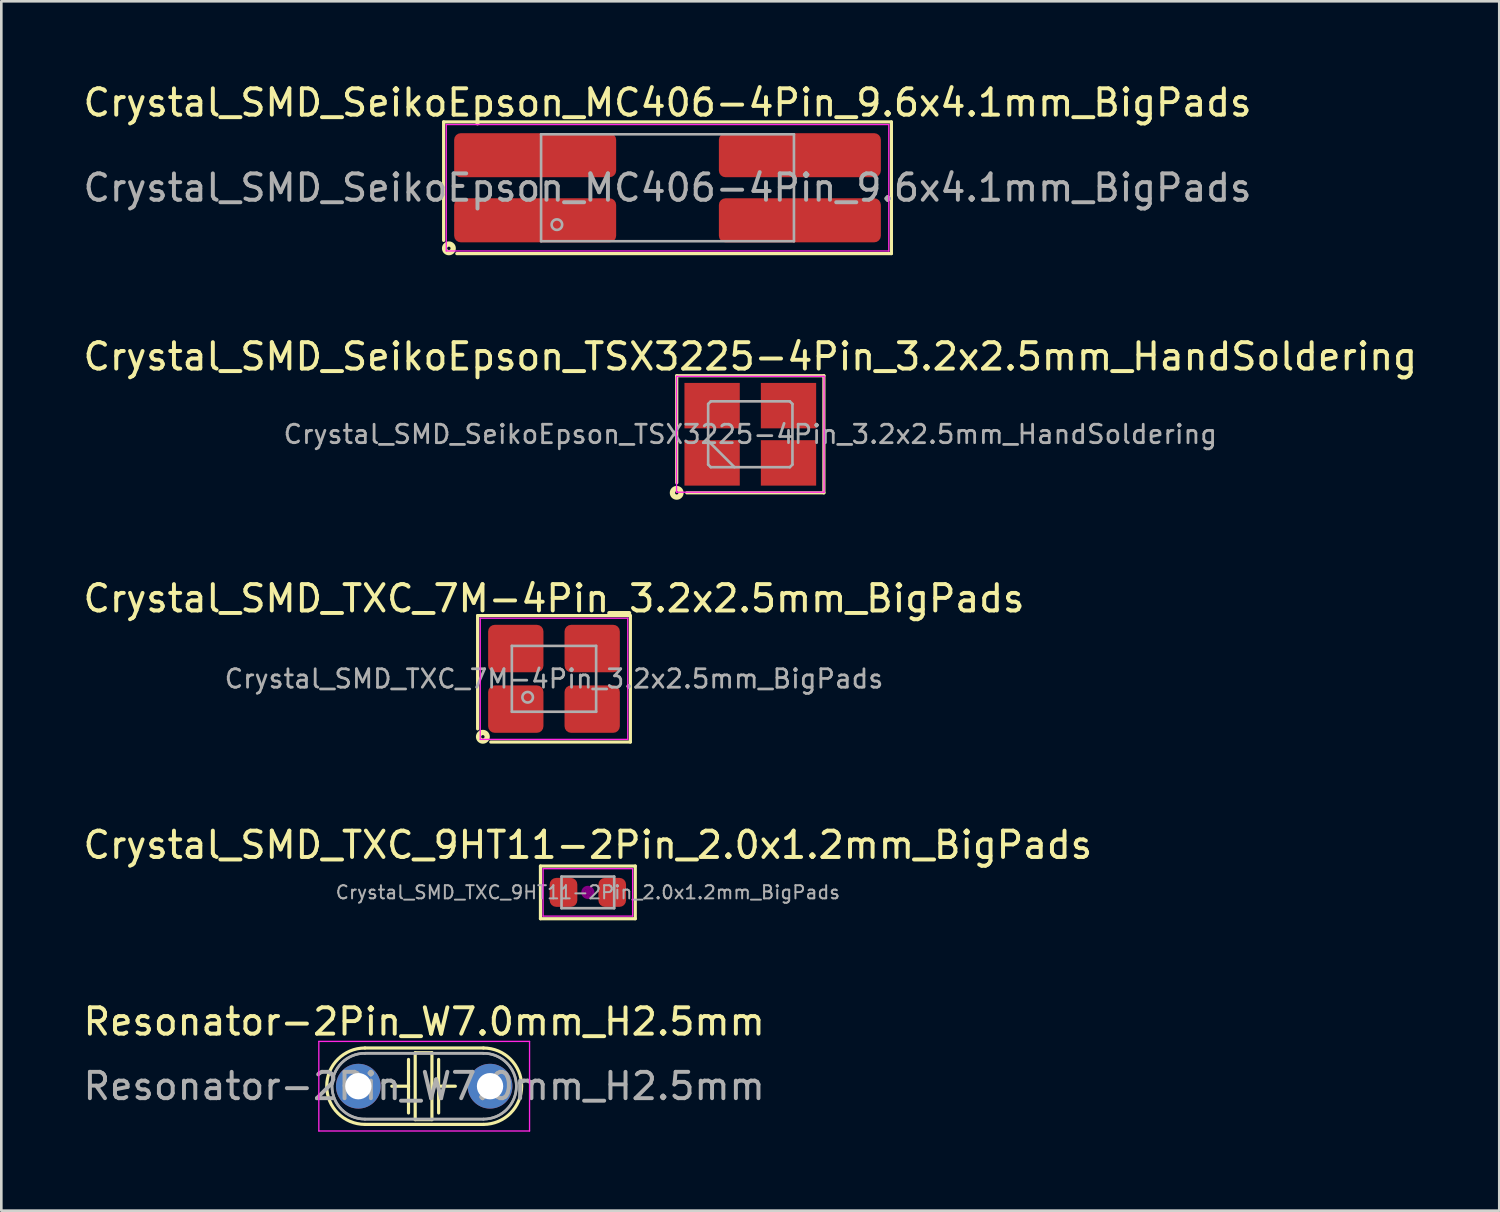
<source format=kicad_pcb>
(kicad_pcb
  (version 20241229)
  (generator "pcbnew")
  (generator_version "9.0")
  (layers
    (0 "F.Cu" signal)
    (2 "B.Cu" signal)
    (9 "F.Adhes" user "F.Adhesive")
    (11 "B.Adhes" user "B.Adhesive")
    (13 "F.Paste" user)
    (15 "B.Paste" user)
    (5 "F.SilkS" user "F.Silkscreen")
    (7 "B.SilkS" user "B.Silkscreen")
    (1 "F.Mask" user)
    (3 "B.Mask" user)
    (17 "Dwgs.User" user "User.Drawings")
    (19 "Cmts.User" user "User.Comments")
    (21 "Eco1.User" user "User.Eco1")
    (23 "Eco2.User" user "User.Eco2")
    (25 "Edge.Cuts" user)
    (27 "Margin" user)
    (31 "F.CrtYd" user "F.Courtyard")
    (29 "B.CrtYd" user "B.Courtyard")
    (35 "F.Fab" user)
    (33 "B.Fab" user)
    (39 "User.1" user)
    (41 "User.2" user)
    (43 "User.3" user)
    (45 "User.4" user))
  (footprint "Crystal_SMD_TXC_7M-4Pin_3.2x2.5mm_BigPads"
    (layer "F.Cu")
    (at 17.982 22.721)
    (property "Reference" "Crystal_SMD_TXC_7M-4Pin_3.2x2.5mm_BigPads" (at 0 -3.05 0) (layer "F.SilkS") (effects (font (size 1 1) (thickness 0.15))))
    (attr smd)
    (fp_line (start -2.9 -2.4) (end -2.9 1.9) (stroke (width 0.12) (type solid)) (layer "F.SilkS"))
    (fp_line (start 2.9 -2.4) (end -2.9 -2.4) (stroke (width 0.12) (type solid)) (layer "F.SilkS"))
    (fp_line (start 2.9 -2.4) (end 2.9 2.4) (stroke (width 0.12) (type solid)) (layer "F.SilkS"))
    (fp_line (start 2.9 2.4) (end -2.4 2.4) (stroke (width 0.12) (type solid)) (layer "F.SilkS"))
    (fp_circle (center -2.7 2.2) (end -2.636 2.2) (stroke (width 0.2) (type solid)) (fill no) (layer "F.SilkS"))
    (fp_line (start -2.8 -2.3) (end -2.8 2.3) (stroke (width 0.05) (type solid)) (layer "F.CrtYd"))
    (fp_line (start -2.8 2.3) (end 2.8 2.3) (stroke (width 0.05) (type solid)) (layer "F.CrtYd"))
    (fp_line (start 2.8 -2.3) (end -2.8 -2.3) (stroke (width 0.05) (type solid)) (layer "F.CrtYd"))
    (fp_line (start 2.8 2.3) (end 2.8 -2.3) (stroke (width 0.05) (type solid)) (layer "F.CrtYd"))
    (fp_line (start -1.6 -1.25) (end -1.6 1.25) (stroke (width 0.1) (type solid)) (layer "F.Fab"))
    (fp_line (start -1.6 1.25) (end 1.6 1.25) (stroke (width 0.1) (type solid)) (layer "F.Fab"))
    (fp_line (start 1.6 -1.25) (end -1.6 -1.25) (stroke (width 0.1) (type solid)) (layer "F.Fab"))
    (fp_line (start 1.6 1.25) (end 1.6 -1.25) (stroke (width 0.1) (type solid)) (layer "F.Fab"))
    (fp_circle (center -1 0.7) (end -0.8 0.7) (stroke (width 0.1) (type solid)) (fill no) (layer "F.Fab"))
    (fp_text user "${REFERENCE}" (at 0 0 0) (layer "F.Fab") (effects (font (size 0.7 0.7) (thickness 0.105))))
    (pad "1" smd roundrect (at -1.45 1.15) (size 2.1 1.8) (layers "F.Cu" "F.Mask" "F.Paste") (roundrect_rratio 0.139))
    (pad "2" smd roundrect (at 1.45 1.15) (size 2.1 1.8) (layers "F.Cu" "F.Mask" "F.Paste") (roundrect_rratio 0.139))
    (pad "3" smd roundrect (at 1.45 -1.15) (size 2.1 1.8) (layers "F.Cu" "F.Mask" "F.Paste") (roundrect_rratio 0.139))
    (pad "4" smd roundrect (at -1.45 -1.15) (size 2.1 1.8) (layers "F.Cu" "F.Mask" "F.Paste") (roundrect_rratio 0.139)))
  (footprint "Crystal_SMD_SeikoEpson_MC406-4Pin_9.6x4.1mm_BigPads"
    (layer "F.Cu")
    (at 22.292 4.078)
    (property "Reference" "Crystal_SMD_SeikoEpson_MC406-4Pin_9.6x4.1mm_BigPads" (at 0 -3.23 0) (layer "F.SilkS") (effects (font (size 1 1) (thickness 0.15))))
    (attr smd)
    (fp_line (start -8.5 -2.5) (end -8.5 2) (stroke (width 0.12) (type solid)) (layer "F.SilkS"))
    (fp_line (start -8.5 -2.5) (end 8.5 -2.5) (stroke (width 0.12) (type solid)) (layer "F.SilkS"))
    (fp_line (start 8.5 -2.5) (end 8.5 2.5) (stroke (width 0.12) (type solid)) (layer "F.SilkS"))
    (fp_line (start 8.5 2.5) (end -8 2.5) (stroke (width 0.12) (type solid)) (layer "F.SilkS"))
    (fp_circle (center -8.3 2.3) (end -8.236 2.3) (stroke (width 0.2) (type solid)) (fill no) (layer "F.SilkS"))
    (fp_line (start -8.4 -2.4) (end -8.4 2.4) (stroke (width 0.05) (type solid)) (layer "F.CrtYd"))
    (fp_line (start -8.4 2.4) (end 8.4 2.4) (stroke (width 0.05) (type solid)) (layer "F.CrtYd"))
    (fp_line (start 8.4 -2.4) (end -8.4 -2.4) (stroke (width 0.05) (type solid)) (layer "F.CrtYd"))
    (fp_line (start 8.4 2.4) (end 8.4 -2.4) (stroke (width 0.05) (type solid)) (layer "F.CrtYd"))
    (fp_line (start -4.8 -2.03) (end -4.8 2.03) (stroke (width 0.1) (type solid)) (layer "F.Fab"))
    (fp_line (start -4.8 2.03) (end 4.8 2.03) (stroke (width 0.1) (type solid)) (layer "F.Fab"))
    (fp_line (start 4.8 -2.03) (end -4.8 -2.03) (stroke (width 0.1) (type solid)) (layer "F.Fab"))
    (fp_line (start 4.8 2.03) (end 4.8 -2.03) (stroke (width 0.1) (type solid)) (layer "F.Fab"))
    (fp_circle (center -4.2 1.4) (end -4 1.4) (stroke (width 0.1) (type solid)) (fill no) (layer "F.Fab"))
    (fp_text user "${REFERENCE}" (at 0 0 0) (layer "F.Fab") (effects (font (size 1 1) (thickness 0.15))))
    (pad "1" smd roundrect (at -5.025 1.236) (size 6.15 1.672) (layers "F.Cu" "F.Mask" "F.Paste") (roundrect_rratio 0.15))
    (pad "2" smd roundrect (at 5.025 1.236) (size 6.15 1.672) (layers "F.Cu" "F.Mask" "F.Paste") (roundrect_rratio 0.15))
    (pad "3" smd roundrect (at 5.025 -1.236) (size 6.15 1.672) (layers "F.Cu" "F.Mask" "F.Paste") (roundrect_rratio 0.15))
    (pad "4" smd roundrect (at -5.025 -1.236) (size 6.15 1.672) (layers "F.Cu" "F.Mask" "F.Paste") (roundrect_rratio 0.15)))
  (footprint "Crystal_SMD_SeikoEpson_TSX3225-4Pin_3.2x2.5mm_HandSoldering"
    (layer "F.Cu")
    (at 25.435 13.437)
    (property "Reference" "Crystal_SMD_SeikoEpson_TSX3225-4Pin_3.2x2.5mm_HandSoldering" (at 0 -2.95 0) (layer "F.SilkS") (effects (font (size 1 1) (thickness 0.15))))
    (attr smd)
    (fp_line (start -2.794 -2.223) (end 2.794 -2.223) (stroke (width 0.12) (type solid)) (layer "F.SilkS"))
    (fp_line (start -2.794 1.841) (end -2.794 -2.223) (stroke (width 0.12) (type solid)) (layer "F.SilkS"))
    (fp_line (start 2.794 -2.223) (end 2.794 2.223) (stroke (width 0.12) (type solid)) (layer "F.SilkS"))
    (fp_line (start 2.794 2.223) (end -2.413 2.223) (stroke (width 0.12) (type solid)) (layer "F.SilkS"))
    (fp_circle (center -2.794 2.223) (end -2.731 2.223) (stroke (width 0.2) (type solid)) (fill no) (layer "F.SilkS"))
    (fp_line (start -2.8 -2.2) (end -2.8 2.2) (stroke (width 0.05) (type solid)) (layer "F.CrtYd"))
    (fp_line (start -2.8 2.2) (end 2.8 2.2) (stroke (width 0.05) (type solid)) (layer "F.CrtYd"))
    (fp_line (start 2.8 -2.2) (end -2.8 -2.2) (stroke (width 0.05) (type solid)) (layer "F.CrtYd"))
    (fp_line (start 2.8 2.2) (end 2.8 -2.2) (stroke (width 0.05) (type solid)) (layer "F.CrtYd"))
    (fp_line (start -1.6 -1.15) (end -1.5 -1.25) (stroke (width 0.1) (type solid)) (layer "F.Fab"))
    (fp_line (start -1.6 0.25) (end -0.6 1.25) (stroke (width 0.1) (type solid)) (layer "F.Fab"))
    (fp_line (start -1.6 1.15) (end -1.6 -1.15) (stroke (width 0.1) (type solid)) (layer "F.Fab"))
    (fp_line (start -1.5 -1.25) (end 1.5 -1.25) (stroke (width 0.1) (type solid)) (layer "F.Fab"))
    (fp_line (start -1.5 1.25) (end -1.6 1.15) (stroke (width 0.1) (type solid)) (layer "F.Fab"))
    (fp_line (start 1.5 -1.25) (end 1.6 -1.15) (stroke (width 0.1) (type solid)) (layer "F.Fab"))
    (fp_line (start 1.5 1.25) (end -1.5 1.25) (stroke (width 0.1) (type solid)) (layer "F.Fab"))
    (fp_line (start 1.6 -1.15) (end 1.6 1.15) (stroke (width 0.1) (type solid)) (layer "F.Fab"))
    (fp_line (start 1.6 1.15) (end 1.5 1.25) (stroke (width 0.1) (type solid)) (layer "F.Fab"))
    (fp_text user "${REFERENCE}" (at 0 0 0) (layer "F.Fab") (effects (font (size 0.7 0.7) (thickness 0.105))))
    (pad "1" smd rect (at -1.45 1.087) (size 2.1 1.725) (layers "F.Cu" "F.Mask" "F.Paste"))
    (pad "2" smd rect (at 1.45 1.087) (size 2.1 1.725) (layers "F.Cu" "F.Mask" "F.Paste"))
    (pad "3" smd rect (at 1.45 -1.087) (size 2.1 1.725) (layers "F.Cu" "F.Mask" "F.Paste"))
    (pad "4" smd rect (at -1.45 -1.087) (size 2.1 1.725) (layers "F.Cu" "F.Mask" "F.Paste")))
  (footprint "Crystal_SMD_TXC_9HT11-2Pin_2.0x1.2mm_BigPads"
    (layer "F.Cu")
    (at 19.268 30.829)
    (property "Reference" "Crystal_SMD_TXC_9HT11-2Pin_2.0x1.2mm_BigPads" (at 0 -1.8 0) (layer "F.SilkS") (effects (font (size 1 1) (thickness 0.15))))
    (attr smd)
    (fp_line (start -1.8 -1) (end -1.8 1) (stroke (width 0.12) (type solid)) (layer "F.SilkS"))
    (fp_line (start -1.8 1) (end 1.8 1) (stroke (width 0.12) (type solid)) (layer "F.SilkS"))
    (fp_line (start 1.8 -1) (end -1.8 -1) (stroke (width 0.12) (type solid)) (layer "F.SilkS"))
    (fp_line (start 1.8 1) (end 1.8 -1) (stroke (width 0.12) (type solid)) (layer "F.SilkS"))
    (fp_circle (center 0 0) (end 0.047 0) (stroke (width 0.093) (type solid)) (fill no) (layer "F.Adhes"))
    (fp_circle (center 0 0) (end 0.107 0) (stroke (width 0.067) (type solid)) (fill no) (layer "F.Adhes"))
    (fp_circle (center 0 0) (end 0.167 0) (stroke (width 0.067) (type solid)) (fill no) (layer "F.Adhes"))
    (fp_circle (center 0 0) (end 0.2 0) (stroke (width 0.1) (type solid)) (fill no) (layer "F.Adhes"))
    (fp_line (start -1.7 -0.9) (end -1.7 0.9) (stroke (width 0.05) (type solid)) (layer "F.CrtYd"))
    (fp_line (start -1.7 0.9) (end 1.7 0.9) (stroke (width 0.05) (type solid)) (layer "F.CrtYd"))
    (fp_line (start 1.7 -0.9) (end -1.7 -0.9) (stroke (width 0.05) (type solid)) (layer "F.CrtYd"))
    (fp_line (start 1.7 0.9) (end 1.7 -0.9) (stroke (width 0.05) (type solid)) (layer "F.CrtYd"))
    (fp_line (start -1 -0.6) (end -1 0.6) (stroke (width 0.1) (type solid)) (layer "F.Fab"))
    (fp_line (start -1 0.6) (end 1 0.6) (stroke (width 0.1) (type solid)) (layer "F.Fab"))
    (fp_line (start 1 -0.6) (end -1 -0.6) (stroke (width 0.1) (type solid)) (layer "F.Fab"))
    (fp_line (start 1 0.6) (end 1 -0.6) (stroke (width 0.1) (type solid)) (layer "F.Fab"))
    (fp_text user "${REFERENCE}" (at 0 0 0) (layer "F.Fab") (effects (font (size 0.5 0.5) (thickness 0.075))))
    (pad "1" smd roundrect (at -0.925 0) (size 1.05 1.1) (layers "F.Cu" "F.Mask" "F.Paste") (roundrect_rratio 0.238))
    (pad "2" smd roundrect (at 0.925 0) (size 1.05 1.1) (layers "F.Cu" "F.Mask" "F.Paste") (roundrect_rratio 0.238)))
  (footprint "Resonator-2Pin_W7.0mm_H2.5mm"
    (layer "F.Cu")
    (at 10.554 38.187)
    (property "Reference" "Resonator-2Pin_W7.0mm_H2.5mm" (at 2.5 -2.45 0) (layer "F.SilkS") (effects (font (size 1 1) (thickness 0.15))))
    (attr through_hole)
    (fp_line (start 0.25 -1.45) (end 4.75 -1.45) (stroke (width 0.12) (type solid)) (layer "F.SilkS"))
    (fp_line (start 0.25 1.45) (end 4.75 1.45) (stroke (width 0.12) (type solid)) (layer "F.SilkS"))
    (fp_line (start 1.27 0) (end 1.905 0) (stroke (width 0.12) (type solid)) (layer "F.SilkS"))
    (fp_line (start 1.905 0) (end 1.905 -1.016) (stroke (width 0.12) (type solid)) (layer "F.SilkS"))
    (fp_line (start 1.905 0) (end 1.905 1.016) (stroke (width 0.12) (type solid)) (layer "F.SilkS"))
    (fp_line (start 2.159 -1.27) (end 2.159 1.27) (stroke (width 0.12) (type solid)) (layer "F.SilkS"))
    (fp_line (start 2.159 1.27) (end 2.794 1.27) (stroke (width 0.12) (type solid)) (layer "F.SilkS"))
    (fp_line (start 2.794 -1.27) (end 2.159 -1.27) (stroke (width 0.12) (type solid)) (layer "F.SilkS"))
    (fp_line (start 2.794 1.27) (end 2.794 -1.27) (stroke (width 0.12) (type solid)) (layer "F.SilkS"))
    (fp_line (start 3.048 0) (end 3.048 -1.016) (stroke (width 0.12) (type solid)) (layer "F.SilkS"))
    (fp_line (start 3.048 0) (end 3.048 1.016) (stroke (width 0.12) (type solid)) (layer "F.SilkS"))
    (fp_line (start 3.683 0) (end 3.048 0) (stroke (width 0.12) (type solid)) (layer "F.SilkS"))
    (fp_arc (start 0.25 1.45) (mid -1.2 0) (end 0.25 -1.45) (stroke (width 0.12) (type solid)) (layer "F.SilkS"))
    (fp_arc (start 4.75 -1.45) (mid 6.2 0) (end 4.75 1.45) (stroke (width 0.12) (type solid)) (layer "F.SilkS"))
    (fp_line (start -1.5 -1.7) (end -1.5 1.7) (stroke (width 0.05) (type solid)) (layer "F.CrtYd"))
    (fp_line (start -1.5 1.7) (end 6.5 1.7) (stroke (width 0.05) (type solid)) (layer "F.CrtYd"))
    (fp_line (start 6.5 -1.7) (end -1.5 -1.7) (stroke (width 0.05) (type solid)) (layer "F.CrtYd"))
    (fp_line (start 6.5 1.7) (end 6.5 -1.7) (stroke (width 0.05) (type solid)) (layer "F.CrtYd"))
    (fp_line (start 0.25 -1.25) (end 4.75 -1.25) (stroke (width 0.1) (type solid)) (layer "F.Fab"))
    (fp_line (start 0.25 -1.25) (end 4.75 -1.25) (stroke (width 0.1) (type solid)) (layer "F.Fab"))
    (fp_line (start 0.25 1.25) (end 4.75 1.25) (stroke (width 0.1) (type solid)) (layer "F.Fab"))
    (fp_line (start 0.25 1.25) (end 4.75 1.25) (stroke (width 0.1) (type solid)) (layer "F.Fab"))
    (fp_arc (start 0.25 1.25) (mid -1 0) (end 0.25 -1.25) (stroke (width 0.1) (type solid)) (layer "F.Fab"))
    (fp_arc (start 0.25 1.25) (mid -1 0) (end 0.25 -1.25) (stroke (width 0.1) (type solid)) (layer "F.Fab"))
    (fp_arc (start 4.75 -1.25) (mid 6 0) (end 4.75 1.25) (stroke (width 0.1) (type solid)) (layer "F.Fab"))
    (fp_arc (start 4.75 -1.25) (mid 6 0) (end 4.75 1.25) (stroke (width 0.1) (type solid)) (layer "F.Fab"))
    (fp_text user "${REFERENCE}" (at 2.5 0 0) (layer "F.Fab") (effects (font (size 1 1) (thickness 0.15))))
    (pad "1" thru_hole circle (at 0 0) (size 1.7 1.7) (drill 1) (layers "*.Cu" "*.Mask"))
    (pad "2" thru_hole circle (at 5 0) (size 1.7 1.7) (drill 1) (layers "*.Cu" "*.Mask")))
  (gr_rect
    (start -3 -3)
    (end 53.869 42.912)
    (stroke (width 0.1) (type default))
    (fill no)
    (layer "Edge.Cuts")))
</source>
